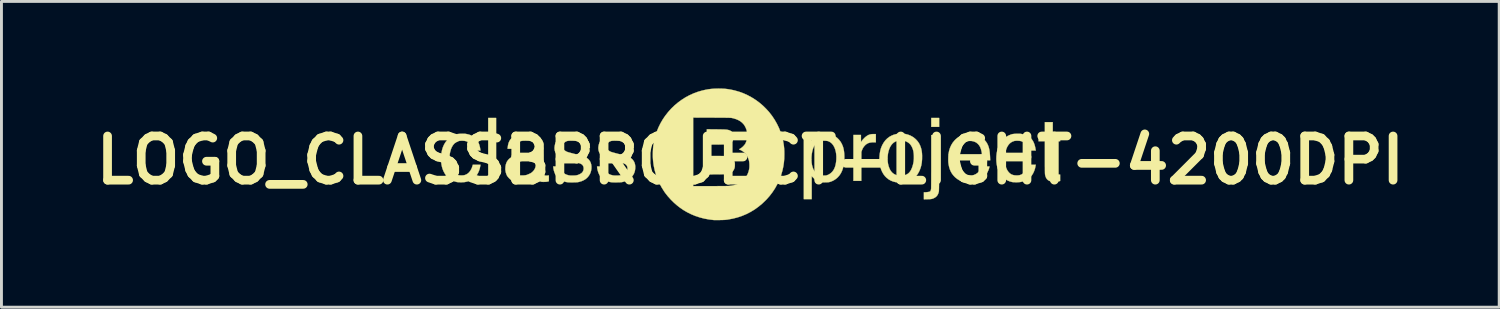
<source format=kicad_pcb>
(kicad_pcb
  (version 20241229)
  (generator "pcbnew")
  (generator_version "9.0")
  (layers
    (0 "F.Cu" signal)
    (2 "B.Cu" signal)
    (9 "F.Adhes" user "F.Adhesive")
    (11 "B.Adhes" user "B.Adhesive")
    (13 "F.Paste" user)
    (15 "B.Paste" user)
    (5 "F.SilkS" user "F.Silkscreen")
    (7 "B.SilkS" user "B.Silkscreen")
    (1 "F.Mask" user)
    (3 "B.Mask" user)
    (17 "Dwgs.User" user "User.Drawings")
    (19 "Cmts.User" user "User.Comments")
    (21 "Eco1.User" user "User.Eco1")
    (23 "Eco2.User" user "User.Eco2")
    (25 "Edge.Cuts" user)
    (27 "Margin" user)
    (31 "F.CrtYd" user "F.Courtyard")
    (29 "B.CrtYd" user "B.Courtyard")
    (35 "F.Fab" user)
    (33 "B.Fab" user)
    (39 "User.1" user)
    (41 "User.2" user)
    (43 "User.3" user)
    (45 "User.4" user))
  (footprint "LOGO_CLASSBPROJECT-LIGHT-4200DPI"
    (layer "F.Cu")
    (at 22.831 2.475)
    (property "Reference" "LOGO_CLASSBPROJECT-LIGHT-4200DPI" (at 0 0 0) (layer "F.SilkS") (effects (font (size 1.524 1.524) (thickness 0.3))))
    (attr through_hole)
    (fp_poly (pts (xy -8.769 0.714) (xy -9.041 0.714) (xy -9.041 -1.457) (xy -8.769 -1.457) (xy -8.769 0.714)) (stroke (width 0.01) (type solid)) (fill yes) (layer "F.SilkS"))
    (fp_poly (pts (xy 6.513 -1.149) (xy 6.241 -1.149) (xy 6.241 -1.457) (xy 6.513 -1.457) (xy 6.513 -1.149)) (stroke (width 0.01) (type solid)) (fill yes) (layer "F.SilkS"))
    (fp_poly (pts (xy 4.33 -0.617) (xy 4.249 -0.617) (xy 4.18 -0.614) (xy 4.119 -0.604) (xy 4.065 -0.587) (xy 4.018 -0.562) (xy 3.974 -0.529) (xy 3.951 -0.505) (xy 3.915 -0.464) (xy 3.887 -0.422) (xy 3.864 -0.376) (xy 3.85 -0.34) (xy 3.831 -0.287) (xy 3.829 0.213) (xy 3.828 0.714) (xy 3.556 0.714) (xy 3.556 -0.871) (xy 3.816 -0.871) (xy 3.816 -0.621) (xy 3.834 -0.648) (xy 3.854 -0.677) (xy 3.882 -0.711) (xy 3.914 -0.745) (xy 3.946 -0.778) (xy 3.978 -0.806) (xy 3.982 -0.809) (xy 4.03 -0.844) (xy 4.076 -0.869) (xy 4.125 -0.887) (xy 4.178 -0.897) (xy 4.238 -0.901) (xy 4.254 -0.901) (xy 4.33 -0.901) (xy 4.33 -0.617)) (stroke (width 0.01) (type solid)) (fill yes) (layer "F.SilkS"))
    (fp_poly (pts (xy -1.193 -0.145) (xy -1.109 -0.145) (xy -1.036 -0.145) (xy -0.974 -0.144) (xy -0.92 -0.143) (xy -0.874 -0.141) (xy -0.835 -0.138) (xy -0.802 -0.135) (xy -0.774 -0.131) (xy -0.749 -0.126) (xy -0.727 -0.121) (xy -0.707 -0.114) (xy -0.687 -0.105) (xy -0.673 -0.099) (xy -0.626 -0.07) (xy -0.588 -0.032) (xy -0.559 0.013) (xy -0.54 0.064) (xy -0.536 0.089) (xy -0.533 0.122) (xy -0.533 0.16) (xy -0.534 0.198) (xy -0.537 0.232) (xy -0.539 0.245) (xy -0.554 0.299) (xy -0.58 0.348) (xy -0.614 0.392) (xy -0.655 0.427) (xy -0.691 0.448) (xy -0.708 0.456) (xy -0.723 0.462) (xy -0.738 0.468) (xy -0.755 0.472) (xy -0.773 0.476) (xy -0.794 0.479) (xy -0.82 0.481) (xy -0.85 0.483) (xy -0.887 0.485) (xy -0.931 0.486) (xy -0.984 0.487) (xy -1.046 0.487) (xy -1.119 0.488) (xy -1.157 0.488) (xy -1.5 0.491) (xy -1.5 -0.145) (xy -1.193 -0.145)) (stroke (width 0.01) (type solid)) (fill yes) (layer "F.SilkS"))
    (fp_poly (pts (xy -1.175 -1.063) (xy -1.099 -1.062) (xy -1.035 -1.061) (xy -0.981 -1.06) (xy -0.934 -1.059) (xy -0.896 -1.058) (xy -0.863 -1.056) (xy -0.836 -1.054) (xy -0.812 -1.052) (xy -0.791 -1.048) (xy -0.772 -1.044) (xy -0.753 -1.04) (xy -0.733 -1.034) (xy -0.724 -1.032) (xy -0.682 -1.013) (xy -0.645 -0.985) (xy -0.618 -0.953) (xy -0.604 -0.93) (xy -0.595 -0.907) (xy -0.588 -0.881) (xy -0.585 -0.85) (xy -0.584 -0.811) (xy -0.584 -0.801) (xy -0.584 -0.767) (xy -0.586 -0.742) (xy -0.589 -0.723) (xy -0.594 -0.705) (xy -0.598 -0.695) (xy -0.62 -0.652) (xy -0.652 -0.617) (xy -0.694 -0.589) (xy -0.705 -0.583) (xy -0.722 -0.575) (xy -0.738 -0.568) (xy -0.754 -0.562) (xy -0.77 -0.557) (xy -0.789 -0.553) (xy -0.81 -0.55) (xy -0.835 -0.547) (xy -0.865 -0.545) (xy -0.901 -0.543) (xy -0.945 -0.542) (xy -0.997 -0.541) (xy -1.058 -0.541) (xy -1.13 -0.54) (xy -1.166 -0.54) (xy -1.5 -0.537) (xy -1.5 -1.066) (xy -1.175 -1.063)) (stroke (width 0.01) (type solid)) (fill yes) (layer "F.SilkS"))
    (fp_poly (pts (xy 6.512 0.095) (xy 6.511 0.222) (xy 6.511 0.337) (xy 6.511 0.442) (xy 6.51 0.536) (xy 6.51 0.62) (xy 6.51 0.695) (xy 6.51 0.761) (xy 6.509 0.819) (xy 6.509 0.87) (xy 6.508 0.914) (xy 6.508 0.951) (xy 6.507 0.983) (xy 6.506 1.01) (xy 6.506 1.032) (xy 6.505 1.049) (xy 6.504 1.064) (xy 6.503 1.075) (xy 6.502 1.084) (xy 6.5 1.092) (xy 6.499 1.098) (xy 6.479 1.159) (xy 6.452 1.21) (xy 6.416 1.254) (xy 6.371 1.289) (xy 6.317 1.317) (xy 6.268 1.334) (xy 6.25 1.338) (xy 6.226 1.341) (xy 6.194 1.344) (xy 6.154 1.346) (xy 6.11 1.347) (xy 5.987 1.35) (xy 5.987 1.107) (xy 6.025 1.107) (xy 6.059 1.106) (xy 6.095 1.102) (xy 6.131 1.098) (xy 6.161 1.092) (xy 6.184 1.086) (xy 6.187 1.085) (xy 6.204 1.075) (xy 6.217 1.059) (xy 6.226 1.036) (xy 6.233 1.003) (xy 6.235 0.994) (xy 6.236 0.982) (xy 6.237 0.958) (xy 6.237 0.923) (xy 6.238 0.876) (xy 6.239 0.819) (xy 6.239 0.751) (xy 6.24 0.674) (xy 6.24 0.586) (xy 6.24 0.489) (xy 6.241 0.382) (xy 6.241 0.267) (xy 6.241 0.144) (xy 6.241 0.044) (xy 6.241 -0.865) (xy 6.514 -0.865) (xy 6.512 0.095)) (stroke (width 0.01) (type solid)) (fill yes) (layer "F.SilkS"))
    (fp_poly (pts (xy 10.432 -0.871) (xy 10.686 -0.871) (xy 10.686 -0.653) (xy 10.432 -0.653) (xy 10.432 -0.122) (xy 10.432 -0.03) (xy 10.432 0.051) (xy 10.432 0.122) (xy 10.433 0.183) (xy 10.433 0.235) (xy 10.433 0.278) (xy 10.434 0.315) (xy 10.434 0.344) (xy 10.435 0.368) (xy 10.436 0.387) (xy 10.437 0.401) (xy 10.438 0.412) (xy 10.439 0.42) (xy 10.441 0.426) (xy 10.443 0.431) (xy 10.444 0.432) (xy 10.456 0.454) (xy 10.47 0.471) (xy 10.489 0.482) (xy 10.514 0.49) (xy 10.546 0.494) (xy 10.589 0.496) (xy 10.604 0.496) (xy 10.686 0.496) (xy 10.686 0.718) (xy 10.651 0.726) (xy 10.628 0.729) (xy 10.596 0.732) (xy 10.558 0.734) (xy 10.517 0.735) (xy 10.475 0.736) (xy 10.436 0.735) (xy 10.401 0.734) (xy 10.373 0.731) (xy 10.358 0.729) (xy 10.307 0.711) (xy 10.264 0.685) (xy 10.229 0.65) (xy 10.201 0.606) (xy 10.179 0.552) (xy 10.17 0.516) (xy 10.168 0.507) (xy 10.167 0.497) (xy 10.165 0.484) (xy 10.164 0.469) (xy 10.163 0.449) (xy 10.162 0.424) (xy 10.162 0.394) (xy 10.161 0.357) (xy 10.161 0.314) (xy 10.161 0.263) (xy 10.16 0.203) (xy 10.16 0.133) (xy 10.16 0.054) (xy 10.16 -0.037) (xy 10.16 -0.09) (xy 10.16 -0.653) (xy 9.942 -0.653) (xy 9.942 -0.871) (xy 10.16 -0.871) (xy 10.16 -1.312) (xy 10.432 -1.312) (xy 10.432 -0.871)) (stroke (width 0.01) (type solid)) (fill yes) (layer "F.SilkS"))
    (fp_poly (pts (xy -9.873 -0.912) (xy -9.834 -0.91) (xy -9.815 -0.907) (xy -9.729 -0.89) (xy -9.649 -0.864) (xy -9.578 -0.83) (xy -9.516 -0.789) (xy -9.462 -0.739) (xy -9.442 -0.716) (xy -9.405 -0.662) (xy -9.374 -0.6) (xy -9.348 -0.529) (xy -9.327 -0.448) (xy -9.311 -0.358) (xy -9.307 -0.333) (xy -9.572 -0.333) (xy -9.585 -0.385) (xy -9.605 -0.444) (xy -9.631 -0.5) (xy -9.661 -0.548) (xy -9.69 -0.583) (xy -9.728 -0.615) (xy -9.768 -0.64) (xy -9.814 -0.657) (xy -9.867 -0.667) (xy -9.928 -0.671) (xy -9.943 -0.671) (xy -9.983 -0.67) (xy -10.019 -0.667) (xy -10.047 -0.663) (xy -10.048 -0.662) (xy -10.11 -0.64) (xy -10.166 -0.608) (xy -10.216 -0.566) (xy -10.259 -0.513) (xy -10.296 -0.45) (xy -10.327 -0.377) (xy -10.351 -0.293) (xy -10.363 -0.237) (xy -10.369 -0.195) (xy -10.373 -0.143) (xy -10.376 -0.087) (xy -10.377 -0.03) (xy -10.375 0.025) (xy -10.372 0.074) (xy -10.369 0.103) (xy -10.353 0.183) (xy -10.331 0.257) (xy -10.302 0.323) (xy -10.267 0.381) (xy -10.227 0.429) (xy -10.189 0.463) (xy -10.15 0.488) (xy -10.107 0.506) (xy -10.078 0.514) (xy -10.037 0.522) (xy -9.99 0.525) (xy -9.941 0.526) (xy -9.895 0.522) (xy -9.864 0.517) (xy -9.808 0.497) (xy -9.755 0.467) (xy -9.708 0.427) (xy -9.666 0.376) (xy -9.63 0.317) (xy -9.6 0.25) (xy -9.579 0.183) (xy -9.573 0.157) (xy -9.307 0.157) (xy -9.311 0.18) (xy -9.331 0.278) (xy -9.359 0.366) (xy -9.394 0.445) (xy -9.436 0.514) (xy -9.485 0.575) (xy -9.542 0.628) (xy -9.583 0.657) (xy -9.64 0.69) (xy -9.699 0.717) (xy -9.762 0.737) (xy -9.834 0.752) (xy -9.836 0.753) (xy -9.868 0.757) (xy -9.909 0.76) (xy -9.955 0.761) (xy -10.001 0.761) (xy -10.047 0.76) (xy -10.087 0.758) (xy -10.119 0.754) (xy -10.126 0.753) (xy -10.209 0.73) (xy -10.287 0.697) (xy -10.359 0.654) (xy -10.425 0.601) (xy -10.484 0.539) (xy -10.535 0.468) (xy -10.579 0.389) (xy -10.615 0.302) (xy -10.637 0.227) (xy -10.654 0.145) (xy -10.664 0.056) (xy -10.668 -0.038) (xy -10.665 -0.134) (xy -10.656 -0.229) (xy -10.64 -0.32) (xy -10.631 -0.36) (xy -10.602 -0.453) (xy -10.563 -0.54) (xy -10.516 -0.618) (xy -10.461 -0.689) (xy -10.398 -0.752) (xy -10.328 -0.805) (xy -10.251 -0.849) (xy -10.168 -0.883) (xy -10.127 -0.896) (xy -10.097 -0.902) (xy -10.059 -0.906) (xy -10.014 -0.91) (xy -9.966 -0.912) (xy -9.918 -0.913) (xy -9.873 -0.912)) (stroke (width 0.01) (type solid)) (fill yes) (layer "F.SilkS"))
    (fp_poly (pts (xy 9.28 -0.912) (xy 9.319 -0.91) (xy 9.338 -0.907) (xy 9.424 -0.89) (xy 9.503 -0.864) (xy 9.574 -0.83) (xy 9.637 -0.789) (xy 9.691 -0.739) (xy 9.711 -0.716) (xy 9.748 -0.662) (xy 9.779 -0.6) (xy 9.805 -0.529) (xy 9.826 -0.448) (xy 9.842 -0.358) (xy 9.846 -0.333) (xy 9.581 -0.333) (xy 9.567 -0.385) (xy 9.548 -0.444) (xy 9.522 -0.5) (xy 9.492 -0.548) (xy 9.462 -0.583) (xy 9.425 -0.615) (xy 9.385 -0.64) (xy 9.339 -0.657) (xy 9.286 -0.667) (xy 9.225 -0.671) (xy 9.21 -0.671) (xy 9.17 -0.67) (xy 9.134 -0.667) (xy 9.106 -0.663) (xy 9.104 -0.662) (xy 9.042 -0.64) (xy 8.986 -0.608) (xy 8.937 -0.566) (xy 8.894 -0.513) (xy 8.857 -0.45) (xy 8.826 -0.377) (xy 8.802 -0.293) (xy 8.79 -0.237) (xy 8.784 -0.195) (xy 8.78 -0.143) (xy 8.777 -0.087) (xy 8.776 -0.03) (xy 8.777 0.025) (xy 8.78 0.074) (xy 8.784 0.103) (xy 8.8 0.183) (xy 8.822 0.257) (xy 8.851 0.323) (xy 8.886 0.381) (xy 8.926 0.429) (xy 8.964 0.463) (xy 9.002 0.488) (xy 9.046 0.506) (xy 9.075 0.514) (xy 9.116 0.522) (xy 9.163 0.525) (xy 9.212 0.526) (xy 9.258 0.522) (xy 9.289 0.517) (xy 9.345 0.497) (xy 9.397 0.467) (xy 9.445 0.427) (xy 9.487 0.376) (xy 9.523 0.317) (xy 9.553 0.25) (xy 9.573 0.183) (xy 9.58 0.157) (xy 9.846 0.157) (xy 9.842 0.18) (xy 9.822 0.278) (xy 9.794 0.366) (xy 9.759 0.445) (xy 9.717 0.514) (xy 9.668 0.575) (xy 9.611 0.628) (xy 9.57 0.657) (xy 9.513 0.69) (xy 9.454 0.717) (xy 9.39 0.737) (xy 9.319 0.752) (xy 9.317 0.753) (xy 9.284 0.757) (xy 9.244 0.76) (xy 9.198 0.761) (xy 9.151 0.761) (xy 9.106 0.76) (xy 9.066 0.758) (xy 9.033 0.754) (xy 9.027 0.753) (xy 8.943 0.73) (xy 8.866 0.697) (xy 8.794 0.654) (xy 8.728 0.601) (xy 8.669 0.539) (xy 8.618 0.468) (xy 8.574 0.389) (xy 8.538 0.302) (xy 8.515 0.227) (xy 8.499 0.145) (xy 8.489 0.056) (xy 8.485 -0.038) (xy 8.488 -0.134) (xy 8.497 -0.229) (xy 8.513 -0.32) (xy 8.522 -0.36) (xy 8.551 -0.453) (xy 8.59 -0.54) (xy 8.637 -0.618) (xy 8.692 -0.689) (xy 8.755 -0.752) (xy 8.825 -0.805) (xy 8.902 -0.849) (xy 8.985 -0.883) (xy 9.026 -0.896) (xy 9.055 -0.902) (xy 9.094 -0.906) (xy 9.139 -0.91) (xy 9.186 -0.912) (xy 9.234 -0.913) (xy 9.28 -0.912)) (stroke (width 0.01) (type solid)) (fill yes) (layer "F.SilkS"))
    (fp_poly (pts (xy 2.642 -0.91) (xy 2.674 -0.909) (xy 2.698 -0.908) (xy 2.718 -0.906) (xy 2.735 -0.903) (xy 2.752 -0.899) (xy 2.771 -0.893) (xy 2.773 -0.893) (xy 2.852 -0.862) (xy 2.926 -0.821) (xy 2.994 -0.771) (xy 3.054 -0.711) (xy 3.108 -0.643) (xy 3.153 -0.567) (xy 3.189 -0.484) (xy 3.196 -0.464) (xy 3.216 -0.391) (xy 3.231 -0.31) (xy 3.24 -0.222) (xy 3.244 -0.13) (xy 3.243 -0.036) (xy 3.236 0.057) (xy 3.224 0.148) (xy 3.207 0.233) (xy 3.196 0.275) (xy 3.164 0.366) (xy 3.124 0.449) (xy 3.075 0.523) (xy 3.019 0.588) (xy 2.954 0.645) (xy 2.882 0.692) (xy 2.851 0.708) (xy 2.812 0.726) (xy 2.777 0.74) (xy 2.744 0.75) (xy 2.709 0.758) (xy 2.671 0.762) (xy 2.627 0.764) (xy 2.573 0.765) (xy 2.567 0.765) (xy 2.525 0.765) (xy 2.493 0.764) (xy 2.468 0.763) (xy 2.449 0.761) (xy 2.432 0.759) (xy 2.415 0.755) (xy 2.397 0.749) (xy 2.392 0.748) (xy 2.347 0.733) (xy 2.309 0.716) (xy 2.275 0.696) (xy 2.241 0.671) (xy 2.204 0.638) (xy 2.185 0.62) (xy 2.117 0.553) (xy 2.117 1.343) (xy 1.845 1.343) (xy 1.845 -0.014) (xy 2.109 -0.014) (xy 2.114 0.081) (xy 2.127 0.167) (xy 2.148 0.245) (xy 2.175 0.314) (xy 2.21 0.375) (xy 2.251 0.425) (xy 2.3 0.467) (xy 2.355 0.499) (xy 2.417 0.521) (xy 2.44 0.526) (xy 2.467 0.53) (xy 2.502 0.531) (xy 2.54 0.531) (xy 2.578 0.53) (xy 2.61 0.527) (xy 2.633 0.523) (xy 2.687 0.503) (xy 2.74 0.473) (xy 2.79 0.435) (xy 2.834 0.39) (xy 2.87 0.339) (xy 2.884 0.316) (xy 2.912 0.255) (xy 2.933 0.192) (xy 2.949 0.123) (xy 2.96 0.047) (xy 2.967 -0.033) (xy 2.968 -0.128) (xy 2.961 -0.218) (xy 2.947 -0.302) (xy 2.925 -0.38) (xy 2.897 -0.45) (xy 2.862 -0.512) (xy 2.821 -0.565) (xy 2.812 -0.574) (xy 2.766 -0.613) (xy 2.716 -0.643) (xy 2.661 -0.663) (xy 2.598 -0.674) (xy 2.537 -0.677) (xy 2.499 -0.676) (xy 2.465 -0.673) (xy 2.437 -0.669) (xy 2.434 -0.668) (xy 2.371 -0.646) (xy 2.315 -0.614) (xy 2.266 -0.572) (xy 2.223 -0.52) (xy 2.187 -0.459) (xy 2.158 -0.387) (xy 2.136 -0.305) (xy 2.12 -0.213) (xy 2.111 -0.117) (xy 2.109 -0.014) (xy 1.845 -0.014) (xy 1.845 -0.859) (xy 2.111 -0.859) (xy 2.111 -0.679) (xy 2.176 -0.743) (xy 2.228 -0.791) (xy 2.28 -0.829) (xy 2.334 -0.86) (xy 2.392 -0.884) (xy 2.443 -0.899) (xy 2.46 -0.903) (xy 2.48 -0.906) (xy 2.503 -0.908) (xy 2.533 -0.909) (xy 2.572 -0.91) (xy 2.6 -0.91) (xy 2.642 -0.91)) (stroke (width 0.01) (type solid)) (fill yes) (layer "F.SilkS"))
    (fp_poly (pts (xy 5.239 -0.912) (xy 5.287 -0.91) (xy 5.329 -0.906) (xy 5.344 -0.904) (xy 5.434 -0.882) (xy 5.519 -0.85) (xy 5.599 -0.806) (xy 5.672 -0.753) (xy 5.718 -0.711) (xy 5.773 -0.649) (xy 5.819 -0.582) (xy 5.856 -0.508) (xy 5.883 -0.435) (xy 5.897 -0.386) (xy 5.908 -0.336) (xy 5.916 -0.284) (xy 5.922 -0.226) (xy 5.925 -0.16) (xy 5.925 -0.15) (xy 5.924 -0.034) (xy 5.915 0.075) (xy 5.898 0.176) (xy 5.871 0.272) (xy 5.836 0.362) (xy 5.791 0.448) (xy 5.764 0.49) (xy 5.713 0.557) (xy 5.655 0.615) (xy 5.59 0.663) (xy 5.517 0.703) (xy 5.436 0.733) (xy 5.347 0.755) (xy 5.325 0.759) (xy 5.294 0.763) (xy 5.254 0.765) (xy 5.21 0.767) (xy 5.163 0.767) (xy 5.116 0.767) (xy 5.074 0.765) (xy 5.038 0.762) (xy 5.016 0.759) (xy 4.929 0.737) (xy 4.847 0.705) (xy 4.773 0.663) (xy 4.705 0.611) (xy 4.644 0.55) (xy 4.591 0.479) (xy 4.55 0.408) (xy 4.512 0.322) (xy 4.484 0.229) (xy 4.464 0.129) (xy 4.454 0.024) (xy 4.454 -0.05) (xy 4.735 -0.05) (xy 4.739 0.04) (xy 4.75 0.125) (xy 4.769 0.203) (xy 4.794 0.274) (xy 4.825 0.338) (xy 4.863 0.394) (xy 4.906 0.44) (xy 4.955 0.476) (xy 4.979 0.489) (xy 5.015 0.506) (xy 5.05 0.518) (xy 5.087 0.525) (xy 5.128 0.529) (xy 5.176 0.53) (xy 5.201 0.53) (xy 5.239 0.529) (xy 5.268 0.528) (xy 5.291 0.525) (xy 5.311 0.522) (xy 5.33 0.516) (xy 5.344 0.512) (xy 5.396 0.49) (xy 5.443 0.461) (xy 5.483 0.424) (xy 5.519 0.378) (xy 5.551 0.321) (xy 5.579 0.255) (xy 5.591 0.222) (xy 5.616 0.133) (xy 5.633 0.044) (xy 5.641 -0.049) (xy 5.641 -0.148) (xy 5.641 -0.148) (xy 5.636 -0.225) (xy 5.627 -0.293) (xy 5.613 -0.354) (xy 5.594 -0.41) (xy 5.569 -0.465) (xy 5.568 -0.468) (xy 5.532 -0.526) (xy 5.487 -0.576) (xy 5.434 -0.616) (xy 5.373 -0.647) (xy 5.352 -0.655) (xy 5.33 -0.663) (xy 5.309 -0.668) (xy 5.288 -0.672) (xy 5.263 -0.674) (xy 5.23 -0.676) (xy 5.215 -0.676) (xy 5.16 -0.676) (xy 5.114 -0.673) (xy 5.074 -0.666) (xy 5.036 -0.655) (xy 4.997 -0.639) (xy 4.946 -0.607) (xy 4.899 -0.565) (xy 4.857 -0.514) (xy 4.821 -0.454) (xy 4.791 -0.385) (xy 4.767 -0.309) (xy 4.749 -0.227) (xy 4.739 -0.139) (xy 4.735 -0.05) (xy 4.454 -0.05) (xy 4.454 -0.086) (xy 4.456 -0.138) (xy 4.466 -0.23) (xy 4.48 -0.314) (xy 4.499 -0.39) (xy 4.525 -0.461) (xy 4.554 -0.526) (xy 4.602 -0.609) (xy 4.657 -0.683) (xy 4.719 -0.746) (xy 4.788 -0.8) (xy 4.864 -0.843) (xy 4.946 -0.877) (xy 5.035 -0.901) (xy 5.054 -0.904) (xy 5.092 -0.909) (xy 5.137 -0.912) (xy 5.188 -0.913) (xy 5.239 -0.912)) (stroke (width 0.01) (type solid)) (fill yes) (layer "F.SilkS"))
    (fp_poly (pts (xy 7.63 -0.9) (xy 7.677 -0.896) (xy 7.7 -0.893) (xy 7.782 -0.872) (xy 7.861 -0.843) (xy 7.936 -0.807) (xy 8.003 -0.763) (xy 8.063 -0.713) (xy 8.114 -0.659) (xy 8.132 -0.634) (xy 8.163 -0.586) (xy 8.189 -0.536) (xy 8.211 -0.484) (xy 8.228 -0.428) (xy 8.243 -0.367) (xy 8.254 -0.298) (xy 8.262 -0.222) (xy 8.268 -0.135) (xy 8.27 -0.086) (xy 8.273 0.006) (xy 7.118 0.006) (xy 7.118 0.032) (xy 7.12 0.057) (xy 7.124 0.091) (xy 7.129 0.129) (xy 7.137 0.167) (xy 7.144 0.202) (xy 7.148 0.217) (xy 7.172 0.286) (xy 7.204 0.348) (xy 7.242 0.402) (xy 7.286 0.447) (xy 7.335 0.482) (xy 7.356 0.493) (xy 7.395 0.51) (xy 7.433 0.521) (xy 7.474 0.528) (xy 7.521 0.531) (xy 7.575 0.531) (xy 7.612 0.529) (xy 7.64 0.527) (xy 7.663 0.524) (xy 7.684 0.519) (xy 7.706 0.512) (xy 7.708 0.512) (xy 7.773 0.483) (xy 7.831 0.445) (xy 7.881 0.398) (xy 7.923 0.343) (xy 7.956 0.28) (xy 7.963 0.263) (xy 7.98 0.218) (xy 8.115 0.218) (xy 8.249 0.218) (xy 8.245 0.24) (xy 8.232 0.293) (xy 8.21 0.351) (xy 8.181 0.41) (xy 8.146 0.468) (xy 8.107 0.522) (xy 8.065 0.571) (xy 8.055 0.581) (xy 7.991 0.637) (xy 7.919 0.683) (xy 7.84 0.719) (xy 7.754 0.746) (xy 7.676 0.762) (xy 7.639 0.765) (xy 7.594 0.768) (xy 7.545 0.768) (xy 7.494 0.767) (xy 7.447 0.764) (xy 7.405 0.76) (xy 7.378 0.755) (xy 7.295 0.732) (xy 7.215 0.697) (xy 7.14 0.65) (xy 7.069 0.593) (xy 7.063 0.588) (xy 7.006 0.528) (xy 6.958 0.466) (xy 6.918 0.398) (xy 6.885 0.324) (xy 6.859 0.242) (xy 6.84 0.151) (xy 6.834 0.109) (xy 6.83 0.076) (xy 6.828 0.034) (xy 6.827 -0.014) (xy 6.828 -0.065) (xy 6.829 -0.115) (xy 6.831 -0.162) (xy 6.835 -0.203) (xy 6.835 -0.206) (xy 7.123 -0.206) (xy 7.556 -0.206) (xy 7.639 -0.206) (xy 7.71 -0.206) (xy 7.771 -0.206) (xy 7.823 -0.206) (xy 7.866 -0.206) (xy 7.9 -0.207) (xy 7.928 -0.207) (xy 7.949 -0.208) (xy 7.965 -0.209) (xy 7.976 -0.21) (xy 7.983 -0.211) (xy 7.987 -0.213) (xy 7.989 -0.215) (xy 7.989 -0.216) (xy 7.987 -0.235) (xy 7.983 -0.261) (xy 7.977 -0.293) (xy 7.969 -0.327) (xy 7.961 -0.36) (xy 7.953 -0.388) (xy 7.952 -0.39) (xy 7.926 -0.457) (xy 7.891 -0.514) (xy 7.848 -0.563) (xy 7.799 -0.603) (xy 7.764 -0.623) (xy 7.718 -0.642) (xy 7.673 -0.655) (xy 7.623 -0.663) (xy 7.566 -0.665) (xy 7.562 -0.665) (xy 7.493 -0.661) (xy 7.431 -0.649) (xy 7.376 -0.628) (xy 7.367 -0.623) (xy 7.307 -0.584) (xy 7.255 -0.537) (xy 7.211 -0.481) (xy 7.176 -0.417) (xy 7.149 -0.346) (xy 7.131 -0.269) (xy 7.127 -0.24) (xy 7.123 -0.206) (xy 6.835 -0.206) (xy 6.837 -0.221) (xy 6.857 -0.326) (xy 6.887 -0.423) (xy 6.927 -0.513) (xy 6.976 -0.596) (xy 7.036 -0.671) (xy 7.075 -0.712) (xy 7.141 -0.769) (xy 7.214 -0.816) (xy 7.293 -0.854) (xy 7.378 -0.881) (xy 7.419 -0.89) (xy 7.468 -0.896) (xy 7.522 -0.9) (xy 7.578 -0.901) (xy 7.63 -0.9)) (stroke (width 0.01) (type solid)) (fill yes) (layer "F.SilkS"))
    (fp_poly (pts (xy -6.093 -0.91) (xy -6.046 -0.908) (xy -6.006 -0.906) (xy -5.971 -0.902) (xy -5.939 -0.895) (xy -5.907 -0.887) (xy -5.874 -0.876) (xy -5.853 -0.868) (xy -5.79 -0.841) (xy -5.735 -0.807) (xy -5.7 -0.78) (xy -5.656 -0.737) (xy -5.617 -0.687) (xy -5.584 -0.632) (xy -5.559 -0.574) (xy -5.541 -0.516) (xy -5.534 -0.459) (xy -5.534 -0.449) (xy -5.534 -0.417) (xy -5.787 -0.417) (xy -5.794 -0.451) (xy -5.805 -0.488) (xy -5.822 -0.527) (xy -5.844 -0.562) (xy -5.867 -0.59) (xy -5.87 -0.592) (xy -5.903 -0.617) (xy -5.945 -0.64) (xy -5.992 -0.658) (xy -6.008 -0.663) (xy -6.033 -0.668) (xy -6.067 -0.671) (xy -6.106 -0.674) (xy -6.149 -0.676) (xy -6.191 -0.677) (xy -6.23 -0.676) (xy -6.263 -0.673) (xy -6.276 -0.672) (xy -6.326 -0.659) (xy -6.372 -0.638) (xy -6.411 -0.611) (xy -6.443 -0.58) (xy -6.46 -0.553) (xy -6.469 -0.531) (xy -6.474 -0.501) (xy -6.476 -0.488) (xy -6.474 -0.443) (xy -6.461 -0.402) (xy -6.437 -0.366) (xy -6.402 -0.333) (xy -6.355 -0.304) (xy -6.313 -0.285) (xy -6.296 -0.279) (xy -6.269 -0.271) (xy -6.234 -0.261) (xy -6.193 -0.25) (xy -6.147 -0.238) (xy -6.099 -0.225) (xy -6.072 -0.218) (xy -5.986 -0.197) (xy -5.911 -0.177) (xy -5.846 -0.158) (xy -5.79 -0.141) (xy -5.742 -0.124) (xy -5.701 -0.107) (xy -5.666 -0.09) (xy -5.636 -0.073) (xy -5.61 -0.055) (xy -5.602 -0.049) (xy -5.575 -0.022) (xy -5.548 0.012) (xy -5.524 0.05) (xy -5.506 0.087) (xy -5.505 0.091) (xy -5.488 0.152) (xy -5.48 0.218) (xy -5.481 0.287) (xy -5.491 0.356) (xy -5.509 0.421) (xy -5.53 0.471) (xy -5.57 0.538) (xy -5.618 0.596) (xy -5.675 0.647) (xy -5.741 0.688) (xy -5.815 0.722) (xy -5.898 0.747) (xy -5.902 0.748) (xy -5.923 0.753) (xy -5.943 0.757) (xy -5.963 0.76) (xy -5.986 0.762) (xy -6.013 0.763) (xy -6.047 0.764) (xy -6.089 0.765) (xy -6.114 0.765) (xy -6.158 0.766) (xy -6.201 0.765) (xy -6.239 0.765) (xy -6.272 0.764) (xy -6.296 0.762) (xy -6.305 0.761) (xy -6.372 0.749) (xy -6.438 0.73) (xy -6.5 0.707) (xy -6.555 0.679) (xy -6.595 0.653) (xy -6.626 0.625) (xy -6.658 0.589) (xy -6.69 0.548) (xy -6.718 0.505) (xy -6.734 0.475) (xy -6.757 0.42) (xy -6.776 0.359) (xy -6.79 0.297) (xy -6.794 0.262) (xy -6.799 0.218) (xy -6.538 0.218) (xy -6.534 0.24) (xy -6.531 0.259) (xy -6.525 0.283) (xy -6.522 0.298) (xy -6.503 0.354) (xy -6.475 0.402) (xy -6.437 0.443) (xy -6.391 0.476) (xy -6.335 0.502) (xy -6.269 0.521) (xy -6.239 0.526) (xy -6.21 0.53) (xy -6.172 0.531) (xy -6.131 0.531) (xy -6.087 0.53) (xy -6.046 0.528) (xy -6.009 0.524) (xy -5.98 0.519) (xy -5.972 0.517) (xy -5.93 0.503) (xy -5.889 0.485) (xy -5.851 0.464) (xy -5.819 0.441) (xy -5.805 0.429) (xy -5.777 0.392) (xy -5.759 0.351) (xy -5.749 0.307) (xy -5.749 0.262) (xy -5.759 0.22) (xy -5.776 0.185) (xy -5.787 0.171) (xy -5.799 0.157) (xy -5.814 0.145) (xy -5.832 0.133) (xy -5.855 0.122) (xy -5.883 0.11) (xy -5.918 0.098) (xy -5.961 0.085) (xy -6.011 0.07) (xy -6.071 0.054) (xy -6.142 0.036) (xy -6.175 0.027) (xy -6.241 0.01) (xy -6.297 -0.005) (xy -6.345 -0.017) (xy -6.384 -0.029) (xy -6.417 -0.039) (xy -6.446 -0.048) (xy -6.471 -0.057) (xy -6.493 -0.067) (xy -6.515 -0.077) (xy -6.538 -0.088) (xy -6.538 -0.088) (xy -6.601 -0.126) (xy -6.653 -0.169) (xy -6.695 -0.218) (xy -6.725 -0.271) (xy -6.745 -0.33) (xy -6.754 -0.394) (xy -6.753 -0.45) (xy -6.741 -0.528) (xy -6.718 -0.6) (xy -6.686 -0.665) (xy -6.644 -0.724) (xy -6.592 -0.776) (xy -6.53 -0.82) (xy -6.46 -0.857) (xy -6.381 -0.887) (xy -6.346 -0.896) (xy -6.327 -0.901) (xy -6.31 -0.904) (xy -6.291 -0.907) (xy -6.269 -0.908) (xy -6.242 -0.909) (xy -6.208 -0.91) (xy -6.164 -0.91) (xy -6.15 -0.91) (xy -6.093 -0.91)) (stroke (width 0.01) (type solid)) (fill yes) (layer "F.SilkS"))
    (fp_poly (pts (xy -4.581 -0.91) (xy -4.534 -0.908) (xy -4.494 -0.906) (xy -4.459 -0.902) (xy -4.427 -0.895) (xy -4.395 -0.887) (xy -4.362 -0.876) (xy -4.341 -0.868) (xy -4.278 -0.841) (xy -4.223 -0.807) (xy -4.188 -0.78) (xy -4.144 -0.737) (xy -4.105 -0.687) (xy -4.072 -0.632) (xy -4.047 -0.574) (xy -4.03 -0.516) (xy -4.022 -0.459) (xy -4.022 -0.449) (xy -4.022 -0.417) (xy -4.275 -0.417) (xy -4.282 -0.451) (xy -4.293 -0.488) (xy -4.31 -0.527) (xy -4.332 -0.562) (xy -4.355 -0.59) (xy -4.358 -0.592) (xy -4.391 -0.617) (xy -4.433 -0.64) (xy -4.48 -0.658) (xy -4.496 -0.663) (xy -4.521 -0.668) (xy -4.555 -0.671) (xy -4.595 -0.674) (xy -4.637 -0.676) (xy -4.679 -0.677) (xy -4.718 -0.676) (xy -4.751 -0.673) (xy -4.764 -0.672) (xy -4.814 -0.659) (xy -4.86 -0.638) (xy -4.9 -0.611) (xy -4.931 -0.58) (xy -4.948 -0.553) (xy -4.957 -0.531) (xy -4.962 -0.501) (xy -4.964 -0.488) (xy -4.962 -0.443) (xy -4.949 -0.402) (xy -4.925 -0.366) (xy -4.89 -0.333) (xy -4.843 -0.304) (xy -4.801 -0.285) (xy -4.784 -0.279) (xy -4.757 -0.271) (xy -4.722 -0.261) (xy -4.681 -0.25) (xy -4.635 -0.238) (xy -4.587 -0.225) (xy -4.56 -0.218) (xy -4.474 -0.197) (xy -4.399 -0.177) (xy -4.334 -0.158) (xy -4.278 -0.141) (xy -4.23 -0.124) (xy -4.189 -0.107) (xy -4.154 -0.09) (xy -4.124 -0.073) (xy -4.098 -0.055) (xy -4.09 -0.049) (xy -4.063 -0.022) (xy -4.036 0.012) (xy -4.012 0.05) (xy -3.994 0.087) (xy -3.993 0.091) (xy -3.976 0.152) (xy -3.968 0.218) (xy -3.97 0.287) (xy -3.979 0.356) (xy -3.997 0.421) (xy -4.018 0.471) (xy -4.058 0.538) (xy -4.107 0.596) (xy -4.163 0.647) (xy -4.229 0.688) (xy -4.303 0.722) (xy -4.386 0.747) (xy -4.39 0.748) (xy -4.411 0.753) (xy -4.431 0.757) (xy -4.451 0.76) (xy -4.474 0.762) (xy -4.501 0.763) (xy -4.535 0.764) (xy -4.577 0.765) (xy -4.602 0.765) (xy -4.646 0.766) (xy -4.689 0.765) (xy -4.727 0.765) (xy -4.76 0.764) (xy -4.784 0.762) (xy -4.793 0.761) (xy -4.86 0.749) (xy -4.926 0.73) (xy -4.988 0.707) (xy -5.043 0.679) (xy -5.083 0.653) (xy -5.114 0.625) (xy -5.146 0.589) (xy -5.178 0.548) (xy -5.206 0.505) (xy -5.222 0.475) (xy -5.245 0.42) (xy -5.264 0.359) (xy -5.278 0.297) (xy -5.283 0.262) (xy -5.287 0.218) (xy -5.026 0.218) (xy -5.022 0.24) (xy -5.019 0.259) (xy -5.013 0.283) (xy -5.01 0.298) (xy -4.991 0.354) (xy -4.963 0.402) (xy -4.926 0.443) (xy -4.879 0.476) (xy -4.823 0.502) (xy -4.757 0.521) (xy -4.727 0.526) (xy -4.698 0.53) (xy -4.66 0.531) (xy -4.619 0.531) (xy -4.575 0.53) (xy -4.534 0.528) (xy -4.497 0.524) (xy -4.468 0.519) (xy -4.46 0.517) (xy -4.419 0.503) (xy -4.377 0.485) (xy -4.339 0.464) (xy -4.307 0.441) (xy -4.293 0.429) (xy -4.265 0.392) (xy -4.247 0.351) (xy -4.237 0.307) (xy -4.237 0.262) (xy -4.247 0.22) (xy -4.264 0.185) (xy -4.275 0.171) (xy -4.287 0.157) (xy -4.302 0.145) (xy -4.32 0.133) (xy -4.343 0.122) (xy -4.372 0.11) (xy -4.406 0.098) (xy -4.449 0.085) (xy -4.499 0.07) (xy -4.559 0.054) (xy -4.63 0.036) (xy -4.663 0.027) (xy -4.729 0.01) (xy -4.785 -0.005) (xy -4.833 -0.017) (xy -4.872 -0.029) (xy -4.905 -0.039) (xy -4.934 -0.048) (xy -4.959 -0.057) (xy -4.981 -0.067) (xy -5.003 -0.077) (xy -5.026 -0.088) (xy -5.026 -0.088) (xy -5.089 -0.126) (xy -5.141 -0.169) (xy -5.183 -0.218) (xy -5.213 -0.271) (xy -5.233 -0.33) (xy -5.242 -0.394) (xy -5.241 -0.45) (xy -5.229 -0.528) (xy -5.206 -0.6) (xy -5.174 -0.665) (xy -5.132 -0.724) (xy -5.08 -0.776) (xy -5.019 -0.82) (xy -4.948 -0.857) (xy -4.869 -0.887) (xy -4.834 -0.896) (xy -4.816 -0.901) (xy -4.798 -0.904) (xy -4.779 -0.907) (xy -4.758 -0.908) (xy -4.73 -0.909) (xy -4.696 -0.91) (xy -4.652 -0.91) (xy -4.639 -0.91) (xy -4.581 -0.91)) (stroke (width 0.01) (type solid)) (fill yes) (layer "F.SilkS"))
    (fp_poly (pts (xy -0.987 -2.468) (xy -0.888 -2.463) (xy -0.792 -2.453) (xy -0.698 -2.438) (xy -0.6 -2.418) (xy -0.539 -2.404) (xy -0.385 -2.36) (xy -0.234 -2.305) (xy -0.089 -2.239) (xy 0.051 -2.163) (xy 0.185 -2.078) (xy 0.313 -1.984) (xy 0.434 -1.881) (xy 0.547 -1.77) (xy 0.653 -1.652) (xy 0.75 -1.527) (xy 0.838 -1.395) (xy 0.917 -1.257) (xy 0.987 -1.113) (xy 1.046 -0.964) (xy 1.094 -0.811) (xy 1.106 -0.764) (xy 1.128 -0.67) (xy 1.145 -0.581) (xy 1.158 -0.493) (xy 1.167 -0.404) (xy 1.172 -0.31) (xy 1.173 -0.208) (xy 1.173 -0.199) (xy 1.17 -0.054) (xy 1.158 0.083) (xy 1.138 0.216) (xy 1.11 0.347) (xy 1.072 0.479) (xy 1.054 0.535) (xy 0.996 0.688) (xy 0.928 0.834) (xy 0.851 0.973) (xy 0.763 1.106) (xy 0.666 1.233) (xy 0.557 1.356) (xy 0.529 1.384) (xy 0.407 1.501) (xy 0.279 1.606) (xy 0.146 1.702) (xy 0.007 1.786) (xy -0.138 1.86) (xy -0.288 1.923) (xy -0.444 1.975) (xy -0.605 2.016) (xy -0.771 2.046) (xy -0.8 2.051) (xy -0.837 2.055) (xy -0.875 2.059) (xy -0.916 2.061) (xy -0.964 2.063) (xy -1.02 2.064) (xy -1.061 2.065) (xy -1.107 2.065) (xy -1.15 2.066) (xy -1.188 2.066) (xy -1.22 2.065) (xy -1.244 2.065) (xy -1.258 2.065) (xy -1.258 2.065) (xy -1.427 2.044) (xy -1.589 2.014) (xy -1.745 1.974) (xy -1.896 1.924) (xy -2.041 1.864) (xy -2.183 1.793) (xy -2.304 1.722) (xy -2.419 1.644) (xy -2.532 1.556) (xy -2.641 1.46) (xy -2.745 1.357) (xy -2.841 1.25) (xy -2.928 1.14) (xy -2.965 1.089) (xy -3.054 0.948) (xy -3.083 0.895) (xy -1.972 0.895) (xy -1.386 0.895) (xy -1.285 0.895) (xy -1.191 0.895) (xy -1.104 0.894) (xy -1.024 0.894) (xy -0.953 0.893) (xy -0.89 0.893) (xy -0.837 0.892) (xy -0.794 0.891) (xy -0.762 0.89) (xy -0.741 0.889) (xy -0.737 0.889) (xy -0.644 0.877) (xy -0.562 0.862) (xy -0.488 0.841) (xy -0.422 0.816) (xy -0.361 0.784) (xy -0.306 0.747) (xy -0.253 0.703) (xy -0.248 0.699) (xy -0.187 0.632) (xy -0.134 0.558) (xy -0.092 0.478) (xy -0.06 0.393) (xy -0.039 0.303) (xy -0.039 0.302) (xy -0.033 0.256) (xy -0.031 0.204) (xy -0.031 0.15) (xy -0.034 0.097) (xy -0.04 0.048) (xy -0.048 0.009) (xy -0.075 -0.072) (xy -0.11 -0.144) (xy -0.154 -0.209) (xy -0.207 -0.264) (xy -0.268 -0.312) (xy -0.338 -0.35) (xy -0.346 -0.354) (xy -0.366 -0.363) (xy -0.38 -0.371) (xy -0.387 -0.375) (xy -0.387 -0.375) (xy -0.382 -0.38) (xy -0.371 -0.386) (xy -0.33 -0.409) (xy -0.288 -0.44) (xy -0.247 -0.477) (xy -0.21 -0.518) (xy -0.18 -0.558) (xy -0.168 -0.578) (xy -0.141 -0.64) (xy -0.122 -0.709) (xy -0.11 -0.783) (xy -0.107 -0.861) (xy -0.111 -0.939) (xy -0.124 -1.015) (xy -0.127 -1.03) (xy -0.142 -1.075) (xy -0.162 -1.124) (xy -0.187 -1.172) (xy -0.213 -1.215) (xy -0.233 -1.241) (xy -0.285 -1.296) (xy -0.346 -1.343) (xy -0.416 -1.383) (xy -0.496 -1.417) (xy -0.585 -1.444) (xy -0.638 -1.456) (xy -0.647 -1.457) (xy -0.657 -1.459) (xy -0.671 -1.46) (xy -0.687 -1.461) (xy -0.707 -1.462) (xy -0.731 -1.463) (xy -0.761 -1.464) (xy -0.797 -1.465) (xy -0.84 -1.465) (xy -0.89 -1.466) (xy -0.948 -1.466) (xy -1.015 -1.467) (xy -1.092 -1.467) (xy -1.179 -1.467) (xy -1.277 -1.468) (xy -1.329 -1.468) (xy -1.972 -1.47) (xy -1.972 0.895) (xy -3.083 0.895) (xy -3.133 0.802) (xy -3.2 0.652) (xy -3.256 0.498) (xy -3.301 0.339) (xy -3.334 0.176) (xy -3.353 0.032) (xy -3.359 -0.044) (xy -3.363 -0.128) (xy -3.363 -0.217) (xy -3.361 -0.307) (xy -3.356 -0.396) (xy -3.349 -0.478) (xy -3.344 -0.517) (xy -3.317 -0.676) (xy -3.278 -0.831) (xy -3.229 -0.982) (xy -3.169 -1.129) (xy -3.099 -1.271) (xy -3.02 -1.407) (xy -2.931 -1.537) (xy -2.834 -1.661) (xy -2.729 -1.778) (xy -2.616 -1.888) (xy -2.495 -1.989) (xy -2.368 -2.082) (xy -2.235 -2.167) (xy -2.095 -2.242) (xy -1.95 -2.307) (xy -1.799 -2.362) (xy -1.65 -2.404) (xy -1.549 -2.427) (xy -1.453 -2.445) (xy -1.358 -2.457) (xy -1.262 -2.465) (xy -1.159 -2.469) (xy -1.095 -2.47) (xy -0.987 -2.468)) (stroke (width 0.01) (type solid)) (fill yes) (layer "F.SilkS"))
    (fp_poly (pts (xy -7.617 -0.908) (xy -7.549 -0.899) (xy -7.486 -0.886) (xy -7.427 -0.867) (xy -7.368 -0.843) (xy -7.351 -0.835) (xy -7.29 -0.801) (xy -7.241 -0.762) (xy -7.2 -0.718) (xy -7.168 -0.667) (xy -7.144 -0.608) (xy -7.138 -0.59) (xy -7.136 -0.582) (xy -7.135 -0.574) (xy -7.133 -0.563) (xy -7.132 -0.55) (xy -7.131 -0.532) (xy -7.13 -0.511) (xy -7.129 -0.484) (xy -7.128 -0.45) (xy -7.127 -0.41) (xy -7.127 -0.363) (xy -7.126 -0.306) (xy -7.126 -0.241) (xy -7.125 -0.165) (xy -7.125 -0.078) (xy -7.124 -0.033) (xy -7.124 0.062) (xy -7.123 0.147) (xy -7.122 0.22) (xy -7.122 0.283) (xy -7.121 0.337) (xy -7.12 0.382) (xy -7.119 0.418) (xy -7.118 0.447) (xy -7.117 0.469) (xy -7.116 0.485) (xy -7.115 0.495) (xy -7.113 0.5) (xy -7.113 0.5) (xy -7.103 0.515) (xy -7.091 0.524) (xy -7.074 0.53) (xy -7.05 0.532) (xy -7.016 0.531) (xy -7.012 0.531) (xy -6.949 0.528) (xy -6.949 0.725) (xy -6.98 0.735) (xy -7.005 0.741) (xy -7.038 0.745) (xy -7.076 0.748) (xy -7.116 0.749) (xy -7.154 0.749) (xy -7.188 0.747) (xy -7.215 0.743) (xy -7.222 0.742) (xy -7.266 0.723) (xy -7.303 0.696) (xy -7.334 0.659) (xy -7.358 0.612) (xy -7.377 0.555) (xy -7.381 0.537) (xy -7.384 0.521) (xy -7.413 0.551) (xy -7.454 0.59) (xy -7.504 0.628) (xy -7.56 0.664) (xy -7.618 0.696) (xy -7.676 0.722) (xy -7.686 0.726) (xy -7.746 0.745) (xy -7.806 0.758) (xy -7.87 0.765) (xy -7.941 0.768) (xy -7.948 0.768) (xy -7.986 0.767) (xy -8.021 0.765) (xy -8.052 0.763) (xy -8.074 0.76) (xy -8.077 0.759) (xy -8.127 0.745) (xy -8.178 0.726) (xy -8.223 0.704) (xy -8.229 0.701) (xy -8.256 0.682) (xy -8.286 0.656) (xy -8.318 0.626) (xy -8.347 0.594) (xy -8.373 0.563) (xy -8.39 0.538) (xy -8.417 0.479) (xy -8.437 0.414) (xy -8.448 0.345) (xy -8.449 0.306) (xy -8.166 0.306) (xy -8.158 0.358) (xy -8.139 0.404) (xy -8.109 0.444) (xy -8.07 0.479) (xy -8.02 0.507) (xy -7.983 0.521) (xy -7.956 0.527) (xy -7.921 0.53) (xy -7.88 0.531) (xy -7.836 0.53) (xy -7.794 0.526) (xy -7.754 0.52) (xy -7.732 0.515) (xy -7.706 0.506) (xy -7.675 0.494) (xy -7.641 0.48) (xy -7.615 0.468) (xy -7.582 0.452) (xy -7.557 0.437) (xy -7.537 0.422) (xy -7.516 0.404) (xy -7.503 0.391) (xy -7.47 0.355) (xy -7.446 0.319) (xy -7.44 0.308) (xy -7.428 0.284) (xy -7.419 0.261) (xy -7.412 0.238) (xy -7.407 0.213) (xy -7.403 0.184) (xy -7.401 0.148) (xy -7.399 0.105) (xy -7.398 0.056) (xy -7.397 0.016) (xy -7.397 -0.019) (xy -7.397 -0.049) (xy -7.397 -0.07) (xy -7.397 -0.083) (xy -7.398 -0.085) (xy -7.404 -0.082) (xy -7.419 -0.076) (xy -7.438 -0.068) (xy -7.44 -0.067) (xy -7.471 -0.054) (xy -7.508 -0.043) (xy -7.552 -0.031) (xy -7.603 -0.021) (xy -7.664 -0.01) (xy -7.736 0.002) (xy -7.745 0.003) (xy -7.815 0.014) (xy -7.874 0.024) (xy -7.923 0.034) (xy -7.965 0.045) (xy -8 0.056) (xy -8.029 0.069) (xy -8.055 0.084) (xy -8.078 0.1) (xy -8.095 0.115) (xy -8.128 0.154) (xy -8.151 0.198) (xy -8.164 0.249) (xy -8.164 0.251) (xy -8.166 0.306) (xy -8.449 0.306) (xy -8.45 0.275) (xy -8.444 0.205) (xy -8.43 0.138) (xy -8.407 0.075) (xy -8.39 0.043) (xy -8.352 -0.01) (xy -8.304 -0.058) (xy -8.246 -0.1) (xy -8.181 -0.136) (xy -8.108 -0.165) (xy -8.041 -0.185) (xy -8.027 -0.187) (xy -8.002 -0.191) (xy -7.968 -0.196) (xy -7.927 -0.202) (xy -7.88 -0.209) (xy -7.828 -0.216) (xy -7.773 -0.223) (xy -7.748 -0.226) (xy -7.685 -0.234) (xy -7.634 -0.241) (xy -7.592 -0.247) (xy -7.558 -0.252) (xy -7.532 -0.256) (xy -7.511 -0.26) (xy -7.496 -0.263) (xy -7.484 -0.267) (xy -7.474 -0.27) (xy -7.466 -0.274) (xy -7.461 -0.277) (xy -7.438 -0.293) (xy -7.419 -0.315) (xy -7.412 -0.327) (xy -7.403 -0.343) (xy -7.398 -0.356) (xy -7.395 -0.371) (xy -7.394 -0.39) (xy -7.393 -0.417) (xy -7.393 -0.423) (xy -7.395 -0.468) (xy -7.4 -0.504) (xy -7.41 -0.533) (xy -7.426 -0.56) (xy -7.445 -0.583) (xy -7.483 -0.615) (xy -7.53 -0.642) (xy -7.588 -0.662) (xy -7.59 -0.662) (xy -7.62 -0.668) (xy -7.659 -0.673) (xy -7.704 -0.675) (xy -7.75 -0.677) (xy -7.796 -0.676) (xy -7.837 -0.674) (xy -7.87 -0.67) (xy -7.878 -0.668) (xy -7.938 -0.651) (xy -7.989 -0.626) (xy -8.031 -0.593) (xy -8.064 -0.552) (xy -8.09 -0.502) (xy -8.107 -0.443) (xy -8.113 -0.416) (xy -8.116 -0.393) (xy -8.372 -0.393) (xy -8.368 -0.442) (xy -8.357 -0.522) (xy -8.339 -0.593) (xy -8.312 -0.656) (xy -8.277 -0.712) (xy -8.233 -0.76) (xy -8.18 -0.802) (xy -8.117 -0.838) (xy -8.043 -0.868) (xy -7.962 -0.893) (xy -7.939 -0.899) (xy -7.918 -0.903) (xy -7.895 -0.906) (xy -7.87 -0.908) (xy -7.838 -0.91) (xy -7.798 -0.911) (xy -7.777 -0.912) (xy -7.692 -0.912) (xy -7.617 -0.908)) (stroke (width 0.01) (type solid)) (fill yes) (layer "F.SilkS")))
  (gr_rect
    (start -3 -3)
    (end 48.662 7.546)
    (stroke (width 0.1) (type default))
    (fill no)
    (layer "Edge.Cuts")))
</source>
